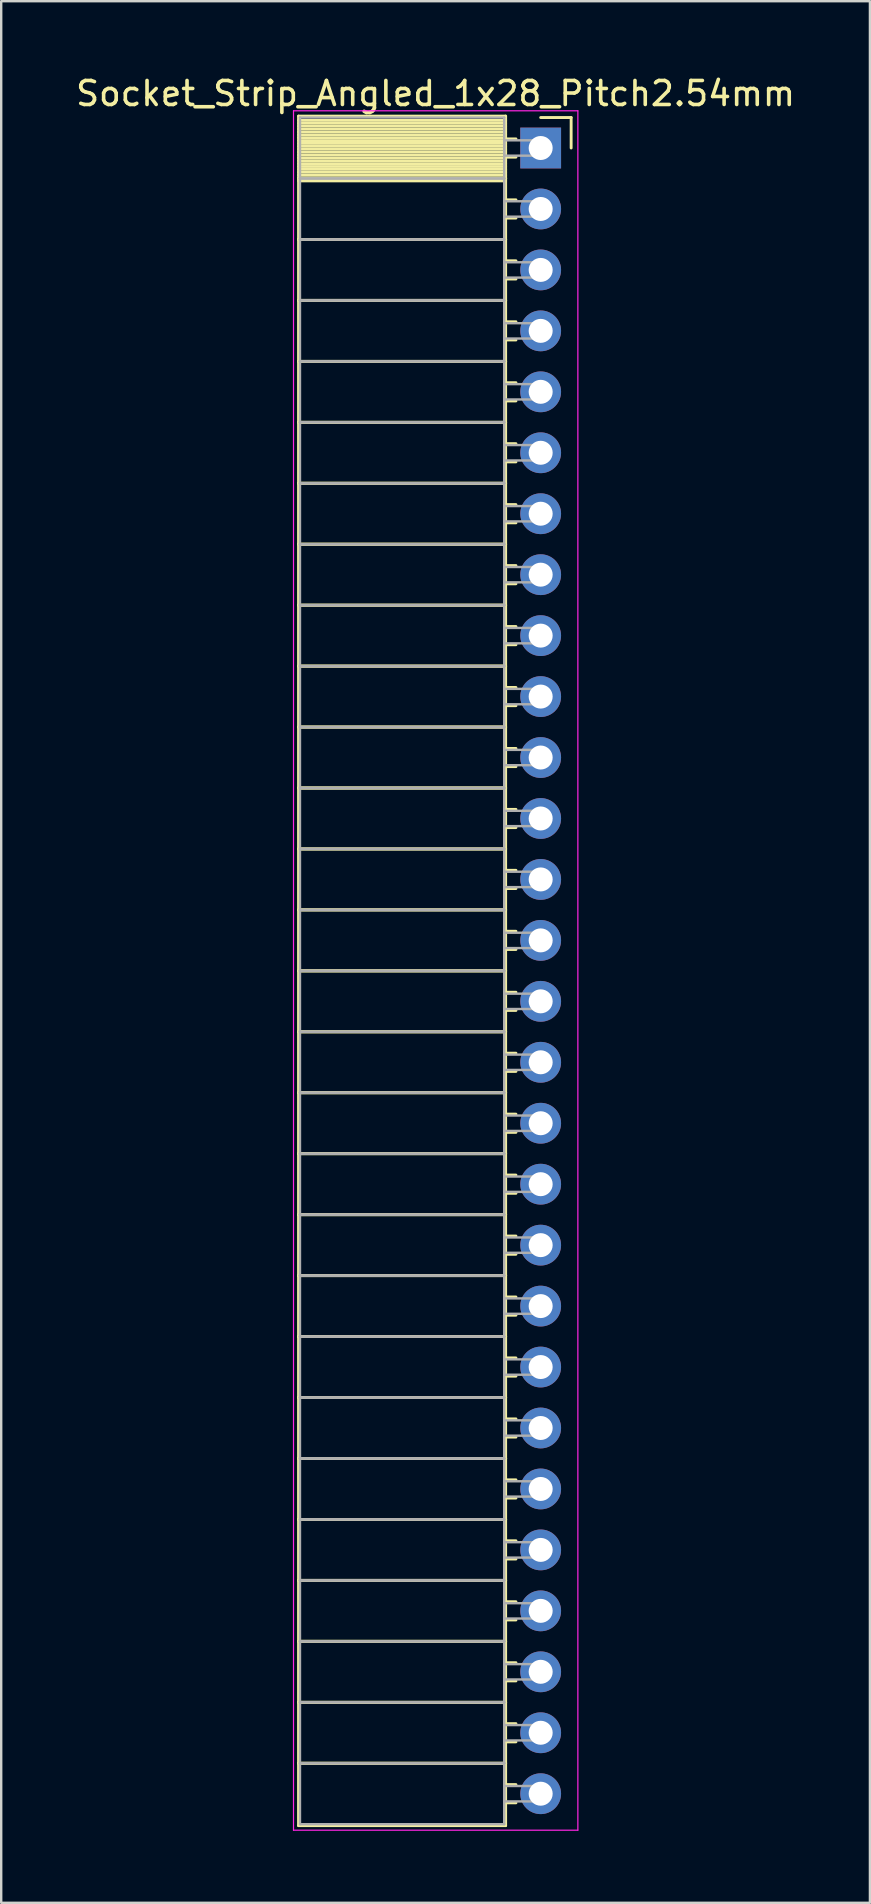
<source format=kicad_pcb>
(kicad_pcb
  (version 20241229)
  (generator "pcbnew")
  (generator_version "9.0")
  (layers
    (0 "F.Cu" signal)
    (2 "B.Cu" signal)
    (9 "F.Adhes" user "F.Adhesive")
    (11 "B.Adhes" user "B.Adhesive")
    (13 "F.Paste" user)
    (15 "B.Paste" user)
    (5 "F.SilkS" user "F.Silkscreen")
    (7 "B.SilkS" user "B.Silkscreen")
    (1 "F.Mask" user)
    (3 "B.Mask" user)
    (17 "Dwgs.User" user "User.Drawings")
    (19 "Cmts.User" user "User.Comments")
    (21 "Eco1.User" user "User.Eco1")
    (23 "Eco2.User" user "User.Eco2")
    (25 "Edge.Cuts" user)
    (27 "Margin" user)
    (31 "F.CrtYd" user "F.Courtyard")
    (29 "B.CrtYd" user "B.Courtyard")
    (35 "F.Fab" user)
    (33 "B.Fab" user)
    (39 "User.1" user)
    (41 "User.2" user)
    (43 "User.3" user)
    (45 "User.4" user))
  (footprint "Socket_Strip_Angled_1x28_Pitch2.54mm"
    (layer "F.Cu")
    (at 19.481 3.118)
    (property "Reference" "Socket_Strip_Angled_1x28_Pitch2.54mm" (at -4.38 -2.27 0) (layer "F.SilkS") (effects (font (size 1 1) (thickness 0.15))))
    (attr through_hole)
    (fp_line (start -10.09 -1.33) (end -1.46 -1.33) (stroke (width 0.12) (type solid)) (layer "F.SilkS"))
    (fp_line (start -10.09 1.27) (end -10.09 -1.33) (stroke (width 0.12) (type solid)) (layer "F.SilkS"))
    (fp_line (start -10.09 1.27) (end -1.46 1.27) (stroke (width 0.12) (type solid)) (layer "F.SilkS"))
    (fp_line (start -10.09 3.81) (end -10.09 1.27) (stroke (width 0.12) (type solid)) (layer "F.SilkS"))
    (fp_line (start -10.09 3.81) (end -1.46 3.81) (stroke (width 0.12) (type solid)) (layer "F.SilkS"))
    (fp_line (start -10.09 6.35) (end -10.09 3.81) (stroke (width 0.12) (type solid)) (layer "F.SilkS"))
    (fp_line (start -10.09 6.35) (end -1.46 6.35) (stroke (width 0.12) (type solid)) (layer "F.SilkS"))
    (fp_line (start -10.09 8.89) (end -10.09 6.35) (stroke (width 0.12) (type solid)) (layer "F.SilkS"))
    (fp_line (start -10.09 8.89) (end -1.46 8.89) (stroke (width 0.12) (type solid)) (layer "F.SilkS"))
    (fp_line (start -10.09 11.43) (end -10.09 8.89) (stroke (width 0.12) (type solid)) (layer "F.SilkS"))
    (fp_line (start -10.09 11.43) (end -1.46 11.43) (stroke (width 0.12) (type solid)) (layer "F.SilkS"))
    (fp_line (start -10.09 13.97) (end -10.09 11.43) (stroke (width 0.12) (type solid)) (layer "F.SilkS"))
    (fp_line (start -10.09 13.97) (end -1.46 13.97) (stroke (width 0.12) (type solid)) (layer "F.SilkS"))
    (fp_line (start -10.09 16.51) (end -10.09 13.97) (stroke (width 0.12) (type solid)) (layer "F.SilkS"))
    (fp_line (start -10.09 16.51) (end -1.46 16.51) (stroke (width 0.12) (type solid)) (layer "F.SilkS"))
    (fp_line (start -10.09 19.05) (end -10.09 16.51) (stroke (width 0.12) (type solid)) (layer "F.SilkS"))
    (fp_line (start -10.09 19.05) (end -1.46 19.05) (stroke (width 0.12) (type solid)) (layer "F.SilkS"))
    (fp_line (start -10.09 21.59) (end -10.09 19.05) (stroke (width 0.12) (type solid)) (layer "F.SilkS"))
    (fp_line (start -10.09 21.59) (end -1.46 21.59) (stroke (width 0.12) (type solid)) (layer "F.SilkS"))
    (fp_line (start -10.09 24.13) (end -10.09 21.59) (stroke (width 0.12) (type solid)) (layer "F.SilkS"))
    (fp_line (start -10.09 24.13) (end -1.46 24.13) (stroke (width 0.12) (type solid)) (layer "F.SilkS"))
    (fp_line (start -10.09 26.67) (end -10.09 24.13) (stroke (width 0.12) (type solid)) (layer "F.SilkS"))
    (fp_line (start -10.09 26.67) (end -1.46 26.67) (stroke (width 0.12) (type solid)) (layer "F.SilkS"))
    (fp_line (start -10.09 29.21) (end -10.09 26.67) (stroke (width 0.12) (type solid)) (layer "F.SilkS"))
    (fp_line (start -10.09 29.21) (end -1.46 29.21) (stroke (width 0.12) (type solid)) (layer "F.SilkS"))
    (fp_line (start -10.09 31.75) (end -10.09 29.21) (stroke (width 0.12) (type solid)) (layer "F.SilkS"))
    (fp_line (start -10.09 31.75) (end -1.46 31.75) (stroke (width 0.12) (type solid)) (layer "F.SilkS"))
    (fp_line (start -10.09 34.29) (end -10.09 31.75) (stroke (width 0.12) (type solid)) (layer "F.SilkS"))
    (fp_line (start -10.09 34.29) (end -1.46 34.29) (stroke (width 0.12) (type solid)) (layer "F.SilkS"))
    (fp_line (start -10.09 36.83) (end -10.09 34.29) (stroke (width 0.12) (type solid)) (layer "F.SilkS"))
    (fp_line (start -10.09 36.83) (end -1.46 36.83) (stroke (width 0.12) (type solid)) (layer "F.SilkS"))
    (fp_line (start -10.09 39.37) (end -10.09 36.83) (stroke (width 0.12) (type solid)) (layer "F.SilkS"))
    (fp_line (start -10.09 39.37) (end -1.46 39.37) (stroke (width 0.12) (type solid)) (layer "F.SilkS"))
    (fp_line (start -10.09 41.91) (end -10.09 39.37) (stroke (width 0.12) (type solid)) (layer "F.SilkS"))
    (fp_line (start -10.09 41.91) (end -1.46 41.91) (stroke (width 0.12) (type solid)) (layer "F.SilkS"))
    (fp_line (start -10.09 44.45) (end -10.09 41.91) (stroke (width 0.12) (type solid)) (layer "F.SilkS"))
    (fp_line (start -10.09 44.45) (end -1.46 44.45) (stroke (width 0.12) (type solid)) (layer "F.SilkS"))
    (fp_line (start -10.09 46.99) (end -10.09 44.45) (stroke (width 0.12) (type solid)) (layer "F.SilkS"))
    (fp_line (start -10.09 46.99) (end -1.46 46.99) (stroke (width 0.12) (type solid)) (layer "F.SilkS"))
    (fp_line (start -10.09 49.53) (end -10.09 46.99) (stroke (width 0.12) (type solid)) (layer "F.SilkS"))
    (fp_line (start -10.09 49.53) (end -1.46 49.53) (stroke (width 0.12) (type solid)) (layer "F.SilkS"))
    (fp_line (start -10.09 52.07) (end -10.09 49.53) (stroke (width 0.12) (type solid)) (layer "F.SilkS"))
    (fp_line (start -10.09 52.07) (end -1.46 52.07) (stroke (width 0.12) (type solid)) (layer "F.SilkS"))
    (fp_line (start -10.09 54.61) (end -10.09 52.07) (stroke (width 0.12) (type solid)) (layer "F.SilkS"))
    (fp_line (start -10.09 54.61) (end -1.46 54.61) (stroke (width 0.12) (type solid)) (layer "F.SilkS"))
    (fp_line (start -10.09 57.15) (end -10.09 54.61) (stroke (width 0.12) (type solid)) (layer "F.SilkS"))
    (fp_line (start -10.09 57.15) (end -1.46 57.15) (stroke (width 0.12) (type solid)) (layer "F.SilkS"))
    (fp_line (start -10.09 59.69) (end -10.09 57.15) (stroke (width 0.12) (type solid)) (layer "F.SilkS"))
    (fp_line (start -10.09 59.69) (end -1.46 59.69) (stroke (width 0.12) (type solid)) (layer "F.SilkS"))
    (fp_line (start -10.09 62.23) (end -10.09 59.69) (stroke (width 0.12) (type solid)) (layer "F.SilkS"))
    (fp_line (start -10.09 62.23) (end -1.46 62.23) (stroke (width 0.12) (type solid)) (layer "F.SilkS"))
    (fp_line (start -10.09 64.77) (end -10.09 62.23) (stroke (width 0.12) (type solid)) (layer "F.SilkS"))
    (fp_line (start -10.09 64.77) (end -1.46 64.77) (stroke (width 0.12) (type solid)) (layer "F.SilkS"))
    (fp_line (start -10.09 67.31) (end -10.09 64.77) (stroke (width 0.12) (type solid)) (layer "F.SilkS"))
    (fp_line (start -10.09 67.31) (end -1.46 67.31) (stroke (width 0.12) (type solid)) (layer "F.SilkS"))
    (fp_line (start -10.09 69.91) (end -10.09 67.31) (stroke (width 0.12) (type solid)) (layer "F.SilkS"))
    (fp_line (start -1.46 -1.33) (end -1.46 1.27) (stroke (width 0.12) (type solid)) (layer "F.SilkS"))
    (fp_line (start -1.46 -1.15) (end -10.09 -1.15) (stroke (width 0.12) (type solid)) (layer "F.SilkS"))
    (fp_line (start -1.46 -1.03) (end -10.09 -1.03) (stroke (width 0.12) (type solid)) (layer "F.SilkS"))
    (fp_line (start -1.46 -0.91) (end -10.09 -0.91) (stroke (width 0.12) (type solid)) (layer "F.SilkS"))
    (fp_line (start -1.46 -0.79) (end -10.09 -0.79) (stroke (width 0.12) (type solid)) (layer "F.SilkS"))
    (fp_line (start -1.46 -0.67) (end -10.09 -0.67) (stroke (width 0.12) (type solid)) (layer "F.SilkS"))
    (fp_line (start -1.46 -0.55) (end -10.09 -0.55) (stroke (width 0.12) (type solid)) (layer "F.SilkS"))
    (fp_line (start -1.46 -0.43) (end -10.09 -0.43) (stroke (width 0.12) (type solid)) (layer "F.SilkS"))
    (fp_line (start -1.46 -0.31) (end -10.09 -0.31) (stroke (width 0.12) (type solid)) (layer "F.SilkS"))
    (fp_line (start -1.46 -0.19) (end -10.09 -0.19) (stroke (width 0.12) (type solid)) (layer "F.SilkS"))
    (fp_line (start -1.46 -0.07) (end -10.09 -0.07) (stroke (width 0.12) (type solid)) (layer "F.SilkS"))
    (fp_line (start -1.46 0.05) (end -10.09 0.05) (stroke (width 0.12) (type solid)) (layer "F.SilkS"))
    (fp_line (start -1.46 0.17) (end -10.09 0.17) (stroke (width 0.12) (type solid)) (layer "F.SilkS"))
    (fp_line (start -1.46 0.29) (end -10.09 0.29) (stroke (width 0.12) (type solid)) (layer "F.SilkS"))
    (fp_line (start -1.46 0.41) (end -10.09 0.41) (stroke (width 0.12) (type solid)) (layer "F.SilkS"))
    (fp_line (start -1.46 0.53) (end -10.09 0.53) (stroke (width 0.12) (type solid)) (layer "F.SilkS"))
    (fp_line (start -1.46 0.65) (end -10.09 0.65) (stroke (width 0.12) (type solid)) (layer "F.SilkS"))
    (fp_line (start -1.46 0.77) (end -10.09 0.77) (stroke (width 0.12) (type solid)) (layer "F.SilkS"))
    (fp_line (start -1.46 0.89) (end -10.09 0.89) (stroke (width 0.12) (type solid)) (layer "F.SilkS"))
    (fp_line (start -1.46 1.01) (end -10.09 1.01) (stroke (width 0.12) (type solid)) (layer "F.SilkS"))
    (fp_line (start -1.46 1.13) (end -10.09 1.13) (stroke (width 0.12) (type solid)) (layer "F.SilkS"))
    (fp_line (start -1.46 1.25) (end -10.09 1.25) (stroke (width 0.12) (type solid)) (layer "F.SilkS"))
    (fp_line (start -1.46 1.27) (end -10.09 1.27) (stroke (width 0.12) (type solid)) (layer "F.SilkS"))
    (fp_line (start -1.46 1.27) (end -1.46 3.81) (stroke (width 0.12) (type solid)) (layer "F.SilkS"))
    (fp_line (start -1.46 1.37) (end -10.09 1.37) (stroke (width 0.12) (type solid)) (layer "F.SilkS"))
    (fp_line (start -1.46 3.81) (end -10.09 3.81) (stroke (width 0.12) (type solid)) (layer "F.SilkS"))
    (fp_line (start -1.46 3.81) (end -1.46 6.35) (stroke (width 0.12) (type solid)) (layer "F.SilkS"))
    (fp_line (start -1.46 6.35) (end -10.09 6.35) (stroke (width 0.12) (type solid)) (layer "F.SilkS"))
    (fp_line (start -1.46 6.35) (end -1.46 8.89) (stroke (width 0.12) (type solid)) (layer "F.SilkS"))
    (fp_line (start -1.46 8.89) (end -10.09 8.89) (stroke (width 0.12) (type solid)) (layer "F.SilkS"))
    (fp_line (start -1.46 8.89) (end -1.46 11.43) (stroke (width 0.12) (type solid)) (layer "F.SilkS"))
    (fp_line (start -1.46 11.43) (end -10.09 11.43) (stroke (width 0.12) (type solid)) (layer "F.SilkS"))
    (fp_line (start -1.46 11.43) (end -1.46 13.97) (stroke (width 0.12) (type solid)) (layer "F.SilkS"))
    (fp_line (start -1.46 13.97) (end -10.09 13.97) (stroke (width 0.12) (type solid)) (layer "F.SilkS"))
    (fp_line (start -1.46 13.97) (end -1.46 16.51) (stroke (width 0.12) (type solid)) (layer "F.SilkS"))
    (fp_line (start -1.46 16.51) (end -10.09 16.51) (stroke (width 0.12) (type solid)) (layer "F.SilkS"))
    (fp_line (start -1.46 16.51) (end -1.46 19.05) (stroke (width 0.12) (type solid)) (layer "F.SilkS"))
    (fp_line (start -1.46 19.05) (end -10.09 19.05) (stroke (width 0.12) (type solid)) (layer "F.SilkS"))
    (fp_line (start -1.46 19.05) (end -1.46 21.59) (stroke (width 0.12) (type solid)) (layer "F.SilkS"))
    (fp_line (start -1.46 21.59) (end -10.09 21.59) (stroke (width 0.12) (type solid)) (layer "F.SilkS"))
    (fp_line (start -1.46 21.59) (end -1.46 24.13) (stroke (width 0.12) (type solid)) (layer "F.SilkS"))
    (fp_line (start -1.46 24.13) (end -10.09 24.13) (stroke (width 0.12) (type solid)) (layer "F.SilkS"))
    (fp_line (start -1.46 24.13) (end -1.46 26.67) (stroke (width 0.12) (type solid)) (layer "F.SilkS"))
    (fp_line (start -1.46 26.67) (end -10.09 26.67) (stroke (width 0.12) (type solid)) (layer "F.SilkS"))
    (fp_line (start -1.46 26.67) (end -1.46 29.21) (stroke (width 0.12) (type solid)) (layer "F.SilkS"))
    (fp_line (start -1.46 29.21) (end -10.09 29.21) (stroke (width 0.12) (type solid)) (layer "F.SilkS"))
    (fp_line (start -1.46 29.21) (end -1.46 31.75) (stroke (width 0.12) (type solid)) (layer "F.SilkS"))
    (fp_line (start -1.46 31.75) (end -10.09 31.75) (stroke (width 0.12) (type solid)) (layer "F.SilkS"))
    (fp_line (start -1.46 31.75) (end -1.46 34.29) (stroke (width 0.12) (type solid)) (layer "F.SilkS"))
    (fp_line (start -1.46 34.29) (end -10.09 34.29) (stroke (width 0.12) (type solid)) (layer "F.SilkS"))
    (fp_line (start -1.46 34.29) (end -1.46 36.83) (stroke (width 0.12) (type solid)) (layer "F.SilkS"))
    (fp_line (start -1.46 36.83) (end -10.09 36.83) (stroke (width 0.12) (type solid)) (layer "F.SilkS"))
    (fp_line (start -1.46 36.83) (end -1.46 39.37) (stroke (width 0.12) (type solid)) (layer "F.SilkS"))
    (fp_line (start -1.46 39.37) (end -10.09 39.37) (stroke (width 0.12) (type solid)) (layer "F.SilkS"))
    (fp_line (start -1.46 39.37) (end -1.46 41.91) (stroke (width 0.12) (type solid)) (layer "F.SilkS"))
    (fp_line (start -1.46 41.91) (end -10.09 41.91) (stroke (width 0.12) (type solid)) (layer "F.SilkS"))
    (fp_line (start -1.46 41.91) (end -1.46 44.45) (stroke (width 0.12) (type solid)) (layer "F.SilkS"))
    (fp_line (start -1.46 44.45) (end -10.09 44.45) (stroke (width 0.12) (type solid)) (layer "F.SilkS"))
    (fp_line (start -1.46 44.45) (end -1.46 46.99) (stroke (width 0.12) (type solid)) (layer "F.SilkS"))
    (fp_line (start -1.46 46.99) (end -10.09 46.99) (stroke (width 0.12) (type solid)) (layer "F.SilkS"))
    (fp_line (start -1.46 46.99) (end -1.46 49.53) (stroke (width 0.12) (type solid)) (layer "F.SilkS"))
    (fp_line (start -1.46 49.53) (end -10.09 49.53) (stroke (width 0.12) (type solid)) (layer "F.SilkS"))
    (fp_line (start -1.46 49.53) (end -1.46 52.07) (stroke (width 0.12) (type solid)) (layer "F.SilkS"))
    (fp_line (start -1.46 52.07) (end -10.09 52.07) (stroke (width 0.12) (type solid)) (layer "F.SilkS"))
    (fp_line (start -1.46 52.07) (end -1.46 54.61) (stroke (width 0.12) (type solid)) (layer "F.SilkS"))
    (fp_line (start -1.46 54.61) (end -10.09 54.61) (stroke (width 0.12) (type solid)) (layer "F.SilkS"))
    (fp_line (start -1.46 54.61) (end -1.46 57.15) (stroke (width 0.12) (type solid)) (layer "F.SilkS"))
    (fp_line (start -1.46 57.15) (end -10.09 57.15) (stroke (width 0.12) (type solid)) (layer "F.SilkS"))
    (fp_line (start -1.46 57.15) (end -1.46 59.69) (stroke (width 0.12) (type solid)) (layer "F.SilkS"))
    (fp_line (start -1.46 59.69) (end -10.09 59.69) (stroke (width 0.12) (type solid)) (layer "F.SilkS"))
    (fp_line (start -1.46 59.69) (end -1.46 62.23) (stroke (width 0.12) (type solid)) (layer "F.SilkS"))
    (fp_line (start -1.46 62.23) (end -10.09 62.23) (stroke (width 0.12) (type solid)) (layer "F.SilkS"))
    (fp_line (start -1.46 62.23) (end -1.46 64.77) (stroke (width 0.12) (type solid)) (layer "F.SilkS"))
    (fp_line (start -1.46 64.77) (end -10.09 64.77) (stroke (width 0.12) (type solid)) (layer "F.SilkS"))
    (fp_line (start -1.46 64.77) (end -1.46 67.31) (stroke (width 0.12) (type solid)) (layer "F.SilkS"))
    (fp_line (start -1.46 67.31) (end -10.09 67.31) (stroke (width 0.12) (type solid)) (layer "F.SilkS"))
    (fp_line (start -1.46 67.31) (end -1.46 69.91) (stroke (width 0.12) (type solid)) (layer "F.SilkS"))
    (fp_line (start -1.46 69.91) (end -10.09 69.91) (stroke (width 0.12) (type solid)) (layer "F.SilkS"))
    (fp_line (start -1.03 -0.38) (end -1.46 -0.38) (stroke (width 0.12) (type solid)) (layer "F.SilkS"))
    (fp_line (start -1.03 0.38) (end -1.46 0.38) (stroke (width 0.12) (type solid)) (layer "F.SilkS"))
    (fp_line (start -1.03 2.16) (end -1.46 2.16) (stroke (width 0.12) (type solid)) (layer "F.SilkS"))
    (fp_line (start -1.03 2.92) (end -1.46 2.92) (stroke (width 0.12) (type solid)) (layer "F.SilkS"))
    (fp_line (start -1.03 4.7) (end -1.46 4.7) (stroke (width 0.12) (type solid)) (layer "F.SilkS"))
    (fp_line (start -1.03 5.46) (end -1.46 5.46) (stroke (width 0.12) (type solid)) (layer "F.SilkS"))
    (fp_line (start -1.03 7.24) (end -1.46 7.24) (stroke (width 0.12) (type solid)) (layer "F.SilkS"))
    (fp_line (start -1.03 8) (end -1.46 8) (stroke (width 0.12) (type solid)) (layer "F.SilkS"))
    (fp_line (start -1.03 9.78) (end -1.46 9.78) (stroke (width 0.12) (type solid)) (layer "F.SilkS"))
    (fp_line (start -1.03 10.54) (end -1.46 10.54) (stroke (width 0.12) (type solid)) (layer "F.SilkS"))
    (fp_line (start -1.03 12.32) (end -1.46 12.32) (stroke (width 0.12) (type solid)) (layer "F.SilkS"))
    (fp_line (start -1.03 13.08) (end -1.46 13.08) (stroke (width 0.12) (type solid)) (layer "F.SilkS"))
    (fp_line (start -1.03 14.86) (end -1.46 14.86) (stroke (width 0.12) (type solid)) (layer "F.SilkS"))
    (fp_line (start -1.03 15.62) (end -1.46 15.62) (stroke (width 0.12) (type solid)) (layer "F.SilkS"))
    (fp_line (start -1.03 17.4) (end -1.46 17.4) (stroke (width 0.12) (type solid)) (layer "F.SilkS"))
    (fp_line (start -1.03 18.16) (end -1.46 18.16) (stroke (width 0.12) (type solid)) (layer "F.SilkS"))
    (fp_line (start -1.03 19.94) (end -1.46 19.94) (stroke (width 0.12) (type solid)) (layer "F.SilkS"))
    (fp_line (start -1.03 20.7) (end -1.46 20.7) (stroke (width 0.12) (type solid)) (layer "F.SilkS"))
    (fp_line (start -1.03 22.48) (end -1.46 22.48) (stroke (width 0.12) (type solid)) (layer "F.SilkS"))
    (fp_line (start -1.03 23.24) (end -1.46 23.24) (stroke (width 0.12) (type solid)) (layer "F.SilkS"))
    (fp_line (start -1.03 25.02) (end -1.46 25.02) (stroke (width 0.12) (type solid)) (layer "F.SilkS"))
    (fp_line (start -1.03 25.78) (end -1.46 25.78) (stroke (width 0.12) (type solid)) (layer "F.SilkS"))
    (fp_line (start -1.03 27.56) (end -1.46 27.56) (stroke (width 0.12) (type solid)) (layer "F.SilkS"))
    (fp_line (start -1.03 28.32) (end -1.46 28.32) (stroke (width 0.12) (type solid)) (layer "F.SilkS"))
    (fp_line (start -1.03 30.1) (end -1.46 30.1) (stroke (width 0.12) (type solid)) (layer "F.SilkS"))
    (fp_line (start -1.03 30.86) (end -1.46 30.86) (stroke (width 0.12) (type solid)) (layer "F.SilkS"))
    (fp_line (start -1.03 32.64) (end -1.46 32.64) (stroke (width 0.12) (type solid)) (layer "F.SilkS"))
    (fp_line (start -1.03 33.4) (end -1.46 33.4) (stroke (width 0.12) (type solid)) (layer "F.SilkS"))
    (fp_line (start -1.03 35.18) (end -1.46 35.18) (stroke (width 0.12) (type solid)) (layer "F.SilkS"))
    (fp_line (start -1.03 35.94) (end -1.46 35.94) (stroke (width 0.12) (type solid)) (layer "F.SilkS"))
    (fp_line (start -1.03 37.72) (end -1.46 37.72) (stroke (width 0.12) (type solid)) (layer "F.SilkS"))
    (fp_line (start -1.03 38.48) (end -1.46 38.48) (stroke (width 0.12) (type solid)) (layer "F.SilkS"))
    (fp_line (start -1.03 40.26) (end -1.46 40.26) (stroke (width 0.12) (type solid)) (layer "F.SilkS"))
    (fp_line (start -1.03 41.02) (end -1.46 41.02) (stroke (width 0.12) (type solid)) (layer "F.SilkS"))
    (fp_line (start -1.03 42.8) (end -1.46 42.8) (stroke (width 0.12) (type solid)) (layer "F.SilkS"))
    (fp_line (start -1.03 43.56) (end -1.46 43.56) (stroke (width 0.12) (type solid)) (layer "F.SilkS"))
    (fp_line (start -1.03 45.34) (end -1.46 45.34) (stroke (width 0.12) (type solid)) (layer "F.SilkS"))
    (fp_line (start -1.03 46.1) (end -1.46 46.1) (stroke (width 0.12) (type solid)) (layer "F.SilkS"))
    (fp_line (start -1.03 47.88) (end -1.46 47.88) (stroke (width 0.12) (type solid)) (layer "F.SilkS"))
    (fp_line (start -1.03 48.64) (end -1.46 48.64) (stroke (width 0.12) (type solid)) (layer "F.SilkS"))
    (fp_line (start -1.03 50.42) (end -1.46 50.42) (stroke (width 0.12) (type solid)) (layer "F.SilkS"))
    (fp_line (start -1.03 51.18) (end -1.46 51.18) (stroke (width 0.12) (type solid)) (layer "F.SilkS"))
    (fp_line (start -1.03 52.96) (end -1.46 52.96) (stroke (width 0.12) (type solid)) (layer "F.SilkS"))
    (fp_line (start -1.03 53.72) (end -1.46 53.72) (stroke (width 0.12) (type solid)) (layer "F.SilkS"))
    (fp_line (start -1.03 55.5) (end -1.46 55.5) (stroke (width 0.12) (type solid)) (layer "F.SilkS"))
    (fp_line (start -1.03 56.26) (end -1.46 56.26) (stroke (width 0.12) (type solid)) (layer "F.SilkS"))
    (fp_line (start -1.03 58.04) (end -1.46 58.04) (stroke (width 0.12) (type solid)) (layer "F.SilkS"))
    (fp_line (start -1.03 58.8) (end -1.46 58.8) (stroke (width 0.12) (type solid)) (layer "F.SilkS"))
    (fp_line (start -1.03 60.58) (end -1.46 60.58) (stroke (width 0.12) (type solid)) (layer "F.SilkS"))
    (fp_line (start -1.03 61.34) (end -1.46 61.34) (stroke (width 0.12) (type solid)) (layer "F.SilkS"))
    (fp_line (start -1.03 63.12) (end -1.46 63.12) (stroke (width 0.12) (type solid)) (layer "F.SilkS"))
    (fp_line (start -1.03 63.88) (end -1.46 63.88) (stroke (width 0.12) (type solid)) (layer "F.SilkS"))
    (fp_line (start -1.03 65.66) (end -1.46 65.66) (stroke (width 0.12) (type solid)) (layer "F.SilkS"))
    (fp_line (start -1.03 66.42) (end -1.46 66.42) (stroke (width 0.12) (type solid)) (layer "F.SilkS"))
    (fp_line (start -1.03 68.2) (end -1.46 68.2) (stroke (width 0.12) (type solid)) (layer "F.SilkS"))
    (fp_line (start -1.03 68.96) (end -1.46 68.96) (stroke (width 0.12) (type solid)) (layer "F.SilkS"))
    (fp_line (start 0 -1.27) (end 1.27 -1.27) (stroke (width 0.12) (type solid)) (layer "F.SilkS"))
    (fp_line (start 1.27 -1.27) (end 1.27 0) (stroke (width 0.12) (type solid)) (layer "F.SilkS"))
    (fp_line (start -10.3 -1.55) (end 1.55 -1.55) (stroke (width 0.05) (type solid)) (layer "F.CrtYd"))
    (fp_line (start -10.3 70.1) (end -10.3 -1.55) (stroke (width 0.05) (type solid)) (layer "F.CrtYd"))
    (fp_line (start 1.55 -1.55) (end 1.55 70.1) (stroke (width 0.05) (type solid)) (layer "F.CrtYd"))
    (fp_line (start 1.55 70.1) (end -10.3 70.1) (stroke (width 0.05) (type solid)) (layer "F.CrtYd"))
    (fp_line (start -10.03 -1.27) (end -1.52 -1.27) (stroke (width 0.1) (type solid)) (layer "F.Fab"))
    (fp_line (start -10.03 1.27) (end -10.03 -1.27) (stroke (width 0.1) (type solid)) (layer "F.Fab"))
    (fp_line (start -10.03 1.27) (end -1.52 1.27) (stroke (width 0.1) (type solid)) (layer "F.Fab"))
    (fp_line (start -10.03 3.81) (end -10.03 1.27) (stroke (width 0.1) (type solid)) (layer "F.Fab"))
    (fp_line (start -10.03 3.81) (end -1.52 3.81) (stroke (width 0.1) (type solid)) (layer "F.Fab"))
    (fp_line (start -10.03 6.35) (end -10.03 3.81) (stroke (width 0.1) (type solid)) (layer "F.Fab"))
    (fp_line (start -10.03 6.35) (end -1.52 6.35) (stroke (width 0.1) (type solid)) (layer "F.Fab"))
    (fp_line (start -10.03 8.89) (end -10.03 6.35) (stroke (width 0.1) (type solid)) (layer "F.Fab"))
    (fp_line (start -10.03 8.89) (end -1.52 8.89) (stroke (width 0.1) (type solid)) (layer "F.Fab"))
    (fp_line (start -10.03 11.43) (end -10.03 8.89) (stroke (width 0.1) (type solid)) (layer "F.Fab"))
    (fp_line (start -10.03 11.43) (end -1.52 11.43) (stroke (width 0.1) (type solid)) (layer "F.Fab"))
    (fp_line (start -10.03 13.97) (end -10.03 11.43) (stroke (width 0.1) (type solid)) (layer "F.Fab"))
    (fp_line (start -10.03 13.97) (end -1.52 13.97) (stroke (width 0.1) (type solid)) (layer "F.Fab"))
    (fp_line (start -10.03 16.51) (end -10.03 13.97) (stroke (width 0.1) (type solid)) (layer "F.Fab"))
    (fp_line (start -10.03 16.51) (end -1.52 16.51) (stroke (width 0.1) (type solid)) (layer "F.Fab"))
    (fp_line (start -10.03 19.05) (end -10.03 16.51) (stroke (width 0.1) (type solid)) (layer "F.Fab"))
    (fp_line (start -10.03 19.05) (end -1.52 19.05) (stroke (width 0.1) (type solid)) (layer "F.Fab"))
    (fp_line (start -10.03 21.59) (end -10.03 19.05) (stroke (width 0.1) (type solid)) (layer "F.Fab"))
    (fp_line (start -10.03 21.59) (end -1.52 21.59) (stroke (width 0.1) (type solid)) (layer "F.Fab"))
    (fp_line (start -10.03 24.13) (end -10.03 21.59) (stroke (width 0.1) (type solid)) (layer "F.Fab"))
    (fp_line (start -10.03 24.13) (end -1.52 24.13) (stroke (width 0.1) (type solid)) (layer "F.Fab"))
    (fp_line (start -10.03 26.67) (end -10.03 24.13) (stroke (width 0.1) (type solid)) (layer "F.Fab"))
    (fp_line (start -10.03 26.67) (end -1.52 26.67) (stroke (width 0.1) (type solid)) (layer "F.Fab"))
    (fp_line (start -10.03 29.21) (end -10.03 26.67) (stroke (width 0.1) (type solid)) (layer "F.Fab"))
    (fp_line (start -10.03 29.21) (end -1.52 29.21) (stroke (width 0.1) (type solid)) (layer "F.Fab"))
    (fp_line (start -10.03 31.75) (end -10.03 29.21) (stroke (width 0.1) (type solid)) (layer "F.Fab"))
    (fp_line (start -10.03 31.75) (end -1.52 31.75) (stroke (width 0.1) (type solid)) (layer "F.Fab"))
    (fp_line (start -10.03 34.29) (end -10.03 31.75) (stroke (width 0.1) (type solid)) (layer "F.Fab"))
    (fp_line (start -10.03 34.29) (end -1.52 34.29) (stroke (width 0.1) (type solid)) (layer "F.Fab"))
    (fp_line (start -10.03 36.83) (end -10.03 34.29) (stroke (width 0.1) (type solid)) (layer "F.Fab"))
    (fp_line (start -10.03 36.83) (end -1.52 36.83) (stroke (width 0.1) (type solid)) (layer "F.Fab"))
    (fp_line (start -10.03 39.37) (end -10.03 36.83) (stroke (width 0.1) (type solid)) (layer "F.Fab"))
    (fp_line (start -10.03 39.37) (end -1.52 39.37) (stroke (width 0.1) (type solid)) (layer "F.Fab"))
    (fp_line (start -10.03 41.91) (end -10.03 39.37) (stroke (width 0.1) (type solid)) (layer "F.Fab"))
    (fp_line (start -10.03 41.91) (end -1.52 41.91) (stroke (width 0.1) (type solid)) (layer "F.Fab"))
    (fp_line (start -10.03 44.45) (end -10.03 41.91) (stroke (width 0.1) (type solid)) (layer "F.Fab"))
    (fp_line (start -10.03 44.45) (end -1.52 44.45) (stroke (width 0.1) (type solid)) (layer "F.Fab"))
    (fp_line (start -10.03 46.99) (end -10.03 44.45) (stroke (width 0.1) (type solid)) (layer "F.Fab"))
    (fp_line (start -10.03 46.99) (end -1.52 46.99) (stroke (width 0.1) (type solid)) (layer "F.Fab"))
    (fp_line (start -10.03 49.53) (end -10.03 46.99) (stroke (width 0.1) (type solid)) (layer "F.Fab"))
    (fp_line (start -10.03 49.53) (end -1.52 49.53) (stroke (width 0.1) (type solid)) (layer "F.Fab"))
    (fp_line (start -10.03 52.07) (end -10.03 49.53) (stroke (width 0.1) (type solid)) (layer "F.Fab"))
    (fp_line (start -10.03 52.07) (end -1.52 52.07) (stroke (width 0.1) (type solid)) (layer "F.Fab"))
    (fp_line (start -10.03 54.61) (end -10.03 52.07) (stroke (width 0.1) (type solid)) (layer "F.Fab"))
    (fp_line (start -10.03 54.61) (end -1.52 54.61) (stroke (width 0.1) (type solid)) (layer "F.Fab"))
    (fp_line (start -10.03 57.15) (end -10.03 54.61) (stroke (width 0.1) (type solid)) (layer "F.Fab"))
    (fp_line (start -10.03 57.15) (end -1.52 57.15) (stroke (width 0.1) (type solid)) (layer "F.Fab"))
    (fp_line (start -10.03 59.69) (end -10.03 57.15) (stroke (width 0.1) (type solid)) (layer "F.Fab"))
    (fp_line (start -10.03 59.69) (end -1.52 59.69) (stroke (width 0.1) (type solid)) (layer "F.Fab"))
    (fp_line (start -10.03 62.23) (end -10.03 59.69) (stroke (width 0.1) (type solid)) (layer "F.Fab"))
    (fp_line (start -10.03 62.23) (end -1.52 62.23) (stroke (width 0.1) (type solid)) (layer "F.Fab"))
    (fp_line (start -10.03 64.77) (end -10.03 62.23) (stroke (width 0.1) (type solid)) (layer "F.Fab"))
    (fp_line (start -10.03 64.77) (end -1.52 64.77) (stroke (width 0.1) (type solid)) (layer "F.Fab"))
    (fp_line (start -10.03 67.31) (end -10.03 64.77) (stroke (width 0.1) (type solid)) (layer "F.Fab"))
    (fp_line (start -10.03 67.31) (end -1.52 67.31) (stroke (width 0.1) (type solid)) (layer "F.Fab"))
    (fp_line (start -10.03 69.85) (end -10.03 67.31) (stroke (width 0.1) (type solid)) (layer "F.Fab"))
    (fp_line (start -1.52 -1.27) (end -1.52 1.27) (stroke (width 0.1) (type solid)) (layer "F.Fab"))
    (fp_line (start -1.52 -0.32) (end 0 -0.32) (stroke (width 0.1) (type solid)) (layer "F.Fab"))
    (fp_line (start -1.52 0.32) (end -1.52 -0.32) (stroke (width 0.1) (type solid)) (layer "F.Fab"))
    (fp_line (start -1.52 1.27) (end -10.03 1.27) (stroke (width 0.1) (type solid)) (layer "F.Fab"))
    (fp_line (start -1.52 1.27) (end -1.52 3.81) (stroke (width 0.1) (type solid)) (layer "F.Fab"))
    (fp_line (start -1.52 2.22) (end 0 2.22) (stroke (width 0.1) (type solid)) (layer "F.Fab"))
    (fp_line (start -1.52 2.86) (end -1.52 2.22) (stroke (width 0.1) (type solid)) (layer "F.Fab"))
    (fp_line (start -1.52 3.81) (end -10.03 3.81) (stroke (width 0.1) (type solid)) (layer "F.Fab"))
    (fp_line (start -1.52 3.81) (end -1.52 6.35) (stroke (width 0.1) (type solid)) (layer "F.Fab"))
    (fp_line (start -1.52 4.76) (end 0 4.76) (stroke (width 0.1) (type solid)) (layer "F.Fab"))
    (fp_line (start -1.52 5.4) (end -1.52 4.76) (stroke (width 0.1) (type solid)) (layer "F.Fab"))
    (fp_line (start -1.52 6.35) (end -10.03 6.35) (stroke (width 0.1) (type solid)) (layer "F.Fab"))
    (fp_line (start -1.52 6.35) (end -1.52 8.89) (stroke (width 0.1) (type solid)) (layer "F.Fab"))
    (fp_line (start -1.52 7.3) (end 0 7.3) (stroke (width 0.1) (type solid)) (layer "F.Fab"))
    (fp_line (start -1.52 7.94) (end -1.52 7.3) (stroke (width 0.1) (type solid)) (layer "F.Fab"))
    (fp_line (start -1.52 8.89) (end -10.03 8.89) (stroke (width 0.1) (type solid)) (layer "F.Fab"))
    (fp_line (start -1.52 8.89) (end -1.52 11.43) (stroke (width 0.1) (type solid)) (layer "F.Fab"))
    (fp_line (start -1.52 9.84) (end 0 9.84) (stroke (width 0.1) (type solid)) (layer "F.Fab"))
    (fp_line (start -1.52 10.48) (end -1.52 9.84) (stroke (width 0.1) (type solid)) (layer "F.Fab"))
    (fp_line (start -1.52 11.43) (end -10.03 11.43) (stroke (width 0.1) (type solid)) (layer "F.Fab"))
    (fp_line (start -1.52 11.43) (end -1.52 13.97) (stroke (width 0.1) (type solid)) (layer "F.Fab"))
    (fp_line (start -1.52 12.38) (end 0 12.38) (stroke (width 0.1) (type solid)) (layer "F.Fab"))
    (fp_line (start -1.52 13.02) (end -1.52 12.38) (stroke (width 0.1) (type solid)) (layer "F.Fab"))
    (fp_line (start -1.52 13.97) (end -10.03 13.97) (stroke (width 0.1) (type solid)) (layer "F.Fab"))
    (fp_line (start -1.52 13.97) (end -1.52 16.51) (stroke (width 0.1) (type solid)) (layer "F.Fab"))
    (fp_line (start -1.52 14.92) (end 0 14.92) (stroke (width 0.1) (type solid)) (layer "F.Fab"))
    (fp_line (start -1.52 15.56) (end -1.52 14.92) (stroke (width 0.1) (type solid)) (layer "F.Fab"))
    (fp_line (start -1.52 16.51) (end -10.03 16.51) (stroke (width 0.1) (type solid)) (layer "F.Fab"))
    (fp_line (start -1.52 16.51) (end -1.52 19.05) (stroke (width 0.1) (type solid)) (layer "F.Fab"))
    (fp_line (start -1.52 17.46) (end 0 17.46) (stroke (width 0.1) (type solid)) (layer "F.Fab"))
    (fp_line (start -1.52 18.1) (end -1.52 17.46) (stroke (width 0.1) (type solid)) (layer "F.Fab"))
    (fp_line (start -1.52 19.05) (end -10.03 19.05) (stroke (width 0.1) (type solid)) (layer "F.Fab"))
    (fp_line (start -1.52 19.05) (end -1.52 21.59) (stroke (width 0.1) (type solid)) (layer "F.Fab"))
    (fp_line (start -1.52 20) (end 0 20) (stroke (width 0.1) (type solid)) (layer "F.Fab"))
    (fp_line (start -1.52 20.64) (end -1.52 20) (stroke (width 0.1) (type solid)) (layer "F.Fab"))
    (fp_line (start -1.52 21.59) (end -10.03 21.59) (stroke (width 0.1) (type solid)) (layer "F.Fab"))
    (fp_line (start -1.52 21.59) (end -1.52 24.13) (stroke (width 0.1) (type solid)) (layer "F.Fab"))
    (fp_line (start -1.52 22.54) (end 0 22.54) (stroke (width 0.1) (type solid)) (layer "F.Fab"))
    (fp_line (start -1.52 23.18) (end -1.52 22.54) (stroke (width 0.1) (type solid)) (layer "F.Fab"))
    (fp_line (start -1.52 24.13) (end -10.03 24.13) (stroke (width 0.1) (type solid)) (layer "F.Fab"))
    (fp_line (start -1.52 24.13) (end -1.52 26.67) (stroke (width 0.1) (type solid)) (layer "F.Fab"))
    (fp_line (start -1.52 25.08) (end 0 25.08) (stroke (width 0.1) (type solid)) (layer "F.Fab"))
    (fp_line (start -1.52 25.72) (end -1.52 25.08) (stroke (width 0.1) (type solid)) (layer "F.Fab"))
    (fp_line (start -1.52 26.67) (end -10.03 26.67) (stroke (width 0.1) (type solid)) (layer "F.Fab"))
    (fp_line (start -1.52 26.67) (end -1.52 29.21) (stroke (width 0.1) (type solid)) (layer "F.Fab"))
    (fp_line (start -1.52 27.62) (end 0 27.62) (stroke (width 0.1) (type solid)) (layer "F.Fab"))
    (fp_line (start -1.52 28.26) (end -1.52 27.62) (stroke (width 0.1) (type solid)) (layer "F.Fab"))
    (fp_line (start -1.52 29.21) (end -10.03 29.21) (stroke (width 0.1) (type solid)) (layer "F.Fab"))
    (fp_line (start -1.52 29.21) (end -1.52 31.75) (stroke (width 0.1) (type solid)) (layer "F.Fab"))
    (fp_line (start -1.52 30.16) (end 0 30.16) (stroke (width 0.1) (type solid)) (layer "F.Fab"))
    (fp_line (start -1.52 30.8) (end -1.52 30.16) (stroke (width 0.1) (type solid)) (layer "F.Fab"))
    (fp_line (start -1.52 31.75) (end -10.03 31.75) (stroke (width 0.1) (type solid)) (layer "F.Fab"))
    (fp_line (start -1.52 31.75) (end -1.52 34.29) (stroke (width 0.1) (type solid)) (layer "F.Fab"))
    (fp_line (start -1.52 32.7) (end 0 32.7) (stroke (width 0.1) (type solid)) (layer "F.Fab"))
    (fp_line (start -1.52 33.34) (end -1.52 32.7) (stroke (width 0.1) (type solid)) (layer "F.Fab"))
    (fp_line (start -1.52 34.29) (end -10.03 34.29) (stroke (width 0.1) (type solid)) (layer "F.Fab"))
    (fp_line (start -1.52 34.29) (end -1.52 36.83) (stroke (width 0.1) (type solid)) (layer "F.Fab"))
    (fp_line (start -1.52 35.24) (end 0 35.24) (stroke (width 0.1) (type solid)) (layer "F.Fab"))
    (fp_line (start -1.52 35.88) (end -1.52 35.24) (stroke (width 0.1) (type solid)) (layer "F.Fab"))
    (fp_line (start -1.52 36.83) (end -10.03 36.83) (stroke (width 0.1) (type solid)) (layer "F.Fab"))
    (fp_line (start -1.52 36.83) (end -1.52 39.37) (stroke (width 0.1) (type solid)) (layer "F.Fab"))
    (fp_line (start -1.52 37.78) (end 0 37.78) (stroke (width 0.1) (type solid)) (layer "F.Fab"))
    (fp_line (start -1.52 38.42) (end -1.52 37.78) (stroke (width 0.1) (type solid)) (layer "F.Fab"))
    (fp_line (start -1.52 39.37) (end -10.03 39.37) (stroke (width 0.1) (type solid)) (layer "F.Fab"))
    (fp_line (start -1.52 39.37) (end -1.52 41.91) (stroke (width 0.1) (type solid)) (layer "F.Fab"))
    (fp_line (start -1.52 40.32) (end 0 40.32) (stroke (width 0.1) (type solid)) (layer "F.Fab"))
    (fp_line (start -1.52 40.96) (end -1.52 40.32) (stroke (width 0.1) (type solid)) (layer "F.Fab"))
    (fp_line (start -1.52 41.91) (end -10.03 41.91) (stroke (width 0.1) (type solid)) (layer "F.Fab"))
    (fp_line (start -1.52 41.91) (end -1.52 44.45) (stroke (width 0.1) (type solid)) (layer "F.Fab"))
    (fp_line (start -1.52 42.86) (end 0 42.86) (stroke (width 0.1) (type solid)) (layer "F.Fab"))
    (fp_line (start -1.52 43.5) (end -1.52 42.86) (stroke (width 0.1) (type solid)) (layer "F.Fab"))
    (fp_line (start -1.52 44.45) (end -10.03 44.45) (stroke (width 0.1) (type solid)) (layer "F.Fab"))
    (fp_line (start -1.52 44.45) (end -1.52 46.99) (stroke (width 0.1) (type solid)) (layer "F.Fab"))
    (fp_line (start -1.52 45.4) (end 0 45.4) (stroke (width 0.1) (type solid)) (layer "F.Fab"))
    (fp_line (start -1.52 46.04) (end -1.52 45.4) (stroke (width 0.1) (type solid)) (layer "F.Fab"))
    (fp_line (start -1.52 46.99) (end -10.03 46.99) (stroke (width 0.1) (type solid)) (layer "F.Fab"))
    (fp_line (start -1.52 46.99) (end -1.52 49.53) (stroke (width 0.1) (type solid)) (layer "F.Fab"))
    (fp_line (start -1.52 47.94) (end 0 47.94) (stroke (width 0.1) (type solid)) (layer "F.Fab"))
    (fp_line (start -1.52 48.58) (end -1.52 47.94) (stroke (width 0.1) (type solid)) (layer "F.Fab"))
    (fp_line (start -1.52 49.53) (end -10.03 49.53) (stroke (width 0.1) (type solid)) (layer "F.Fab"))
    (fp_line (start -1.52 49.53) (end -1.52 52.07) (stroke (width 0.1) (type solid)) (layer "F.Fab"))
    (fp_line (start -1.52 50.48) (end 0 50.48) (stroke (width 0.1) (type solid)) (layer "F.Fab"))
    (fp_line (start -1.52 51.12) (end -1.52 50.48) (stroke (width 0.1) (type solid)) (layer "F.Fab"))
    (fp_line (start -1.52 52.07) (end -10.03 52.07) (stroke (width 0.1) (type solid)) (layer "F.Fab"))
    (fp_line (start -1.52 52.07) (end -1.52 54.61) (stroke (width 0.1) (type solid)) (layer "F.Fab"))
    (fp_line (start -1.52 53.02) (end 0 53.02) (stroke (width 0.1) (type solid)) (layer "F.Fab"))
    (fp_line (start -1.52 53.66) (end -1.52 53.02) (stroke (width 0.1) (type solid)) (layer "F.Fab"))
    (fp_line (start -1.52 54.61) (end -10.03 54.61) (stroke (width 0.1) (type solid)) (layer "F.Fab"))
    (fp_line (start -1.52 54.61) (end -1.52 57.15) (stroke (width 0.1) (type solid)) (layer "F.Fab"))
    (fp_line (start -1.52 55.56) (end 0 55.56) (stroke (width 0.1) (type solid)) (layer "F.Fab"))
    (fp_line (start -1.52 56.2) (end -1.52 55.56) (stroke (width 0.1) (type solid)) (layer "F.Fab"))
    (fp_line (start -1.52 57.15) (end -10.03 57.15) (stroke (width 0.1) (type solid)) (layer "F.Fab"))
    (fp_line (start -1.52 57.15) (end -1.52 59.69) (stroke (width 0.1) (type solid)) (layer "F.Fab"))
    (fp_line (start -1.52 58.1) (end 0 58.1) (stroke (width 0.1) (type solid)) (layer "F.Fab"))
    (fp_line (start -1.52 58.74) (end -1.52 58.1) (stroke (width 0.1) (type solid)) (layer "F.Fab"))
    (fp_line (start -1.52 59.69) (end -10.03 59.69) (stroke (width 0.1) (type solid)) (layer "F.Fab"))
    (fp_line (start -1.52 59.69) (end -1.52 62.23) (stroke (width 0.1) (type solid)) (layer "F.Fab"))
    (fp_line (start -1.52 60.64) (end 0 60.64) (stroke (width 0.1) (type solid)) (layer "F.Fab"))
    (fp_line (start -1.52 61.28) (end -1.52 60.64) (stroke (width 0.1) (type solid)) (layer "F.Fab"))
    (fp_line (start -1.52 62.23) (end -10.03 62.23) (stroke (width 0.1) (type solid)) (layer "F.Fab"))
    (fp_line (start -1.52 62.23) (end -1.52 64.77) (stroke (width 0.1) (type solid)) (layer "F.Fab"))
    (fp_line (start -1.52 63.18) (end 0 63.18) (stroke (width 0.1) (type solid)) (layer "F.Fab"))
    (fp_line (start -1.52 63.82) (end -1.52 63.18) (stroke (width 0.1) (type solid)) (layer "F.Fab"))
    (fp_line (start -1.52 64.77) (end -10.03 64.77) (stroke (width 0.1) (type solid)) (layer "F.Fab"))
    (fp_line (start -1.52 64.77) (end -1.52 67.31) (stroke (width 0.1) (type solid)) (layer "F.Fab"))
    (fp_line (start -1.52 65.72) (end 0 65.72) (stroke (width 0.1) (type solid)) (layer "F.Fab"))
    (fp_line (start -1.52 66.36) (end -1.52 65.72) (stroke (width 0.1) (type solid)) (layer "F.Fab"))
    (fp_line (start -1.52 67.31) (end -10.03 67.31) (stroke (width 0.1) (type solid)) (layer "F.Fab"))
    (fp_line (start -1.52 67.31) (end -1.52 69.85) (stroke (width 0.1) (type solid)) (layer "F.Fab"))
    (fp_line (start -1.52 68.26) (end 0 68.26) (stroke (width 0.1) (type solid)) (layer "F.Fab"))
    (fp_line (start -1.52 68.9) (end -1.52 68.26) (stroke (width 0.1) (type solid)) (layer "F.Fab"))
    (fp_line (start -1.52 69.85) (end -10.03 69.85) (stroke (width 0.1) (type solid)) (layer "F.Fab"))
    (fp_line (start 0 -0.32) (end 0 0.32) (stroke (width 0.1) (type solid)) (layer "F.Fab"))
    (fp_line (start 0 0.32) (end -1.52 0.32) (stroke (width 0.1) (type solid)) (layer "F.Fab"))
    (fp_line (start 0 2.22) (end 0 2.86) (stroke (width 0.1) (type solid)) (layer "F.Fab"))
    (fp_line (start 0 2.86) (end -1.52 2.86) (stroke (width 0.1) (type solid)) (layer "F.Fab"))
    (fp_line (start 0 4.76) (end 0 5.4) (stroke (width 0.1) (type solid)) (layer "F.Fab"))
    (fp_line (start 0 5.4) (end -1.52 5.4) (stroke (width 0.1) (type solid)) (layer "F.Fab"))
    (fp_line (start 0 7.3) (end 0 7.94) (stroke (width 0.1) (type solid)) (layer "F.Fab"))
    (fp_line (start 0 7.94) (end -1.52 7.94) (stroke (width 0.1) (type solid)) (layer "F.Fab"))
    (fp_line (start 0 9.84) (end 0 10.48) (stroke (width 0.1) (type solid)) (layer "F.Fab"))
    (fp_line (start 0 10.48) (end -1.52 10.48) (stroke (width 0.1) (type solid)) (layer "F.Fab"))
    (fp_line (start 0 12.38) (end 0 13.02) (stroke (width 0.1) (type solid)) (layer "F.Fab"))
    (fp_line (start 0 13.02) (end -1.52 13.02) (stroke (width 0.1) (type solid)) (layer "F.Fab"))
    (fp_line (start 0 14.92) (end 0 15.56) (stroke (width 0.1) (type solid)) (layer "F.Fab"))
    (fp_line (start 0 15.56) (end -1.52 15.56) (stroke (width 0.1) (type solid)) (layer "F.Fab"))
    (fp_line (start 0 17.46) (end 0 18.1) (stroke (width 0.1) (type solid)) (layer "F.Fab"))
    (fp_line (start 0 18.1) (end -1.52 18.1) (stroke (width 0.1) (type solid)) (layer "F.Fab"))
    (fp_line (start 0 20) (end 0 20.64) (stroke (width 0.1) (type solid)) (layer "F.Fab"))
    (fp_line (start 0 20.64) (end -1.52 20.64) (stroke (width 0.1) (type solid)) (layer "F.Fab"))
    (fp_line (start 0 22.54) (end 0 23.18) (stroke (width 0.1) (type solid)) (layer "F.Fab"))
    (fp_line (start 0 23.18) (end -1.52 23.18) (stroke (width 0.1) (type solid)) (layer "F.Fab"))
    (fp_line (start 0 25.08) (end 0 25.72) (stroke (width 0.1) (type solid)) (layer "F.Fab"))
    (fp_line (start 0 25.72) (end -1.52 25.72) (stroke (width 0.1) (type solid)) (layer "F.Fab"))
    (fp_line (start 0 27.62) (end 0 28.26) (stroke (width 0.1) (type solid)) (layer "F.Fab"))
    (fp_line (start 0 28.26) (end -1.52 28.26) (stroke (width 0.1) (type solid)) (layer "F.Fab"))
    (fp_line (start 0 30.16) (end 0 30.8) (stroke (width 0.1) (type solid)) (layer "F.Fab"))
    (fp_line (start 0 30.8) (end -1.52 30.8) (stroke (width 0.1) (type solid)) (layer "F.Fab"))
    (fp_line (start 0 32.7) (end 0 33.34) (stroke (width 0.1) (type solid)) (layer "F.Fab"))
    (fp_line (start 0 33.34) (end -1.52 33.34) (stroke (width 0.1) (type solid)) (layer "F.Fab"))
    (fp_line (start 0 35.24) (end 0 35.88) (stroke (width 0.1) (type solid)) (layer "F.Fab"))
    (fp_line (start 0 35.88) (end -1.52 35.88) (stroke (width 0.1) (type solid)) (layer "F.Fab"))
    (fp_line (start 0 37.78) (end 0 38.42) (stroke (width 0.1) (type solid)) (layer "F.Fab"))
    (fp_line (start 0 38.42) (end -1.52 38.42) (stroke (width 0.1) (type solid)) (layer "F.Fab"))
    (fp_line (start 0 40.32) (end 0 40.96) (stroke (width 0.1) (type solid)) (layer "F.Fab"))
    (fp_line (start 0 40.96) (end -1.52 40.96) (stroke (width 0.1) (type solid)) (layer "F.Fab"))
    (fp_line (start 0 42.86) (end 0 43.5) (stroke (width 0.1) (type solid)) (layer "F.Fab"))
    (fp_line (start 0 43.5) (end -1.52 43.5) (stroke (width 0.1) (type solid)) (layer "F.Fab"))
    (fp_line (start 0 45.4) (end 0 46.04) (stroke (width 0.1) (type solid)) (layer "F.Fab"))
    (fp_line (start 0 46.04) (end -1.52 46.04) (stroke (width 0.1) (type solid)) (layer "F.Fab"))
    (fp_line (start 0 47.94) (end 0 48.58) (stroke (width 0.1) (type solid)) (layer "F.Fab"))
    (fp_line (start 0 48.58) (end -1.52 48.58) (stroke (width 0.1) (type solid)) (layer "F.Fab"))
    (fp_line (start 0 50.48) (end 0 51.12) (stroke (width 0.1) (type solid)) (layer "F.Fab"))
    (fp_line (start 0 51.12) (end -1.52 51.12) (stroke (width 0.1) (type solid)) (layer "F.Fab"))
    (fp_line (start 0 53.02) (end 0 53.66) (stroke (width 0.1) (type solid)) (layer "F.Fab"))
    (fp_line (start 0 53.66) (end -1.52 53.66) (stroke (width 0.1) (type solid)) (layer "F.Fab"))
    (fp_line (start 0 55.56) (end 0 56.2) (stroke (width 0.1) (type solid)) (layer "F.Fab"))
    (fp_line (start 0 56.2) (end -1.52 56.2) (stroke (width 0.1) (type solid)) (layer "F.Fab"))
    (fp_line (start 0 58.1) (end 0 58.74) (stroke (width 0.1) (type solid)) (layer "F.Fab"))
    (fp_line (start 0 58.74) (end -1.52 58.74) (stroke (width 0.1) (type solid)) (layer "F.Fab"))
    (fp_line (start 0 60.64) (end 0 61.28) (stroke (width 0.1) (type solid)) (layer "F.Fab"))
    (fp_line (start 0 61.28) (end -1.52 61.28) (stroke (width 0.1) (type solid)) (layer "F.Fab"))
    (fp_line (start 0 63.18) (end 0 63.82) (stroke (width 0.1) (type solid)) (layer "F.Fab"))
    (fp_line (start 0 63.82) (end -1.52 63.82) (stroke (width 0.1) (type solid)) (layer "F.Fab"))
    (fp_line (start 0 65.72) (end 0 66.36) (stroke (width 0.1) (type solid)) (layer "F.Fab"))
    (fp_line (start 0 66.36) (end -1.52 66.36) (stroke (width 0.1) (type solid)) (layer "F.Fab"))
    (fp_line (start 0 68.26) (end 0 68.9) (stroke (width 0.1) (type solid)) (layer "F.Fab"))
    (fp_line (start 0 68.9) (end -1.52 68.9) (stroke (width 0.1) (type solid)) (layer "F.Fab"))
    (pad "1" thru_hole rect (at 0 0) (size 1.7 1.7) (drill 1) (layers "*.Cu" "*.Mask"))
    (pad "2" thru_hole oval (at 0 2.54) (size 1.7 1.7) (drill 1) (layers "*.Cu" "*.Mask"))
    (pad "3" thru_hole oval (at 0 5.08) (size 1.7 1.7) (drill 1) (layers "*.Cu" "*.Mask"))
    (pad "4" thru_hole oval (at 0 7.62) (size 1.7 1.7) (drill 1) (layers "*.Cu" "*.Mask"))
    (pad "5" thru_hole oval (at 0 10.16) (size 1.7 1.7) (drill 1) (layers "*.Cu" "*.Mask"))
    (pad "6" thru_hole oval (at 0 12.7) (size 1.7 1.7) (drill 1) (layers "*.Cu" "*.Mask"))
    (pad "7" thru_hole oval (at 0 15.24) (size 1.7 1.7) (drill 1) (layers "*.Cu" "*.Mask"))
    (pad "8" thru_hole oval (at 0 17.78) (size 1.7 1.7) (drill 1) (layers "*.Cu" "*.Mask"))
    (pad "9" thru_hole oval (at 0 20.32) (size 1.7 1.7) (drill 1) (layers "*.Cu" "*.Mask"))
    (pad "10" thru_hole oval (at 0 22.86) (size 1.7 1.7) (drill 1) (layers "*.Cu" "*.Mask"))
    (pad "11" thru_hole oval (at 0 25.4) (size 1.7 1.7) (drill 1) (layers "*.Cu" "*.Mask"))
    (pad "12" thru_hole oval (at 0 27.94) (size 1.7 1.7) (drill 1) (layers "*.Cu" "*.Mask"))
    (pad "13" thru_hole oval (at 0 30.48) (size 1.7 1.7) (drill 1) (layers "*.Cu" "*.Mask"))
    (pad "14" thru_hole oval (at 0 33.02) (size 1.7 1.7) (drill 1) (layers "*.Cu" "*.Mask"))
    (pad "15" thru_hole oval (at 0 35.56) (size 1.7 1.7) (drill 1) (layers "*.Cu" "*.Mask"))
    (pad "16" thru_hole oval (at 0 38.1) (size 1.7 1.7) (drill 1) (layers "*.Cu" "*.Mask"))
    (pad "17" thru_hole oval (at 0 40.64) (size 1.7 1.7) (drill 1) (layers "*.Cu" "*.Mask"))
    (pad "18" thru_hole oval (at 0 43.18) (size 1.7 1.7) (drill 1) (layers "*.Cu" "*.Mask"))
    (pad "19" thru_hole oval (at 0 45.72) (size 1.7 1.7) (drill 1) (layers "*.Cu" "*.Mask"))
    (pad "20" thru_hole oval (at 0 48.26) (size 1.7 1.7) (drill 1) (layers "*.Cu" "*.Mask"))
    (pad "21" thru_hole oval (at 0 50.8) (size 1.7 1.7) (drill 1) (layers "*.Cu" "*.Mask"))
    (pad "22" thru_hole oval (at 0 53.34) (size 1.7 1.7) (drill 1) (layers "*.Cu" "*.Mask"))
    (pad "23" thru_hole oval (at 0 55.88) (size 1.7 1.7) (drill 1) (layers "*.Cu" "*.Mask"))
    (pad "24" thru_hole oval (at 0 58.42) (size 1.7 1.7) (drill 1) (layers "*.Cu" "*.Mask"))
    (pad "25" thru_hole oval (at 0 60.96) (size 1.7 1.7) (drill 1) (layers "*.Cu" "*.Mask"))
    (pad "26" thru_hole oval (at 0 63.5) (size 1.7 1.7) (drill 1) (layers "*.Cu" "*.Mask"))
    (pad "27" thru_hole oval (at 0 66.04) (size 1.7 1.7) (drill 1) (layers "*.Cu" "*.Mask"))
    (pad "28" thru_hole oval (at 0 68.58) (size 1.7 1.7) (drill 1) (layers "*.Cu" "*.Mask")))
  (gr_rect
    (start -3 -3)
    (end 33.202 76.243)
    (stroke (width 0.1) (type default))
    (fill no)
    (layer "Edge.Cuts")))
</source>
